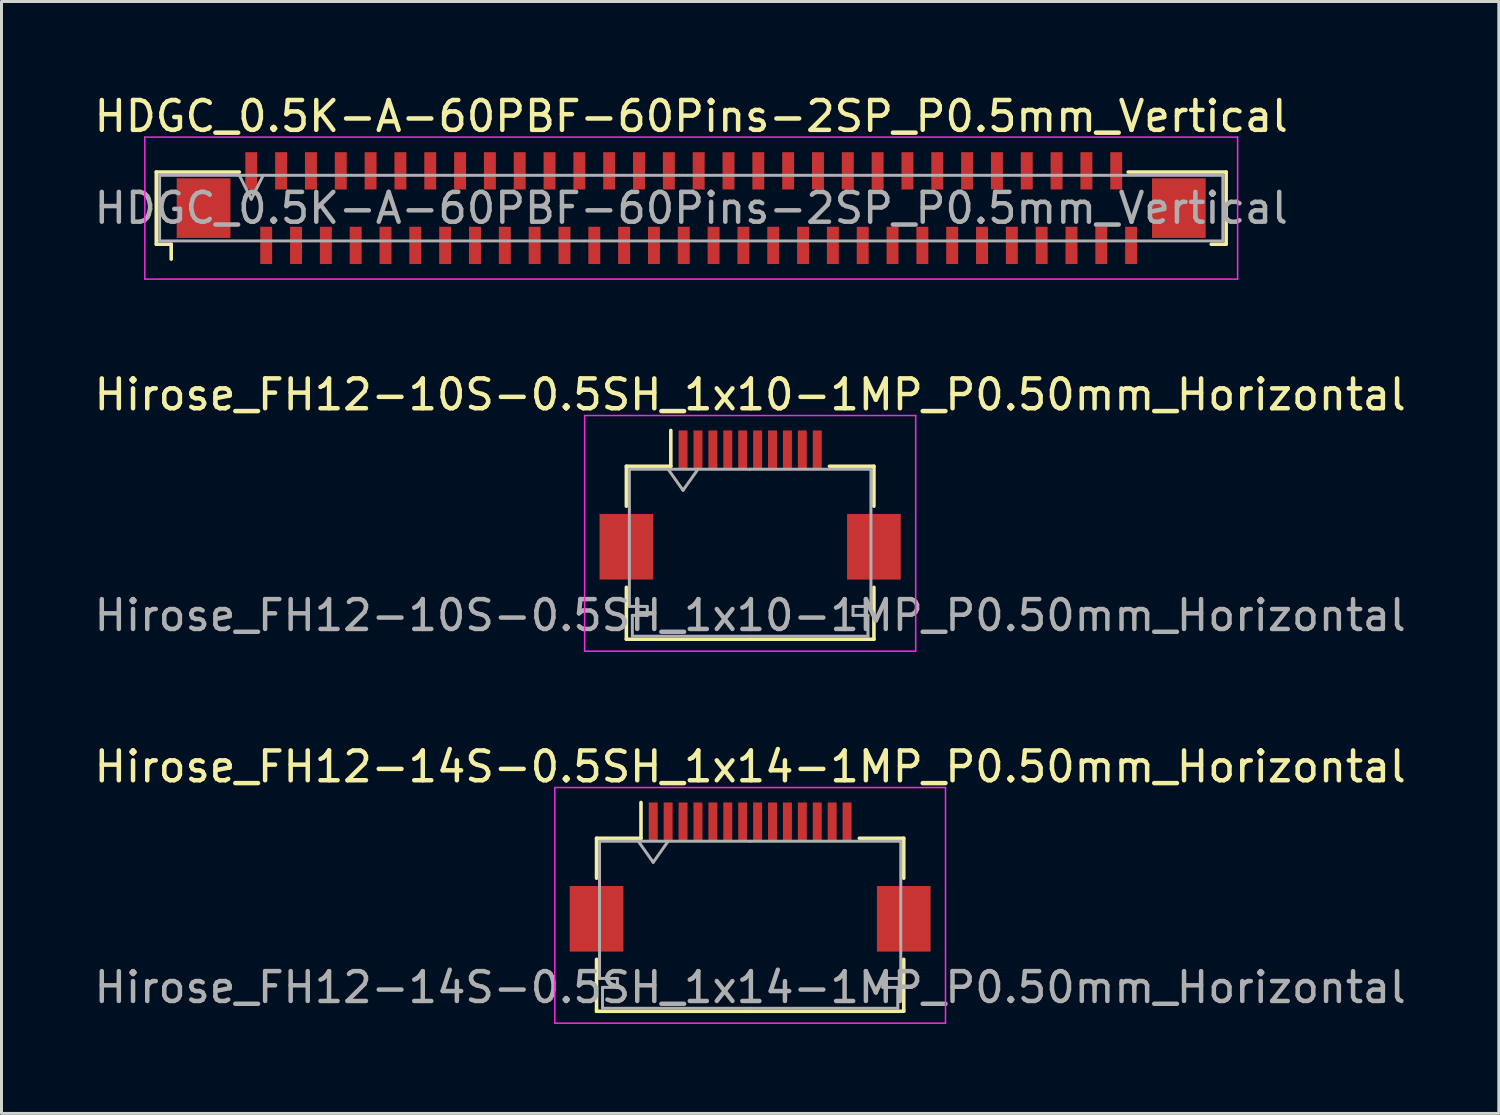
<source format=kicad_pcb>
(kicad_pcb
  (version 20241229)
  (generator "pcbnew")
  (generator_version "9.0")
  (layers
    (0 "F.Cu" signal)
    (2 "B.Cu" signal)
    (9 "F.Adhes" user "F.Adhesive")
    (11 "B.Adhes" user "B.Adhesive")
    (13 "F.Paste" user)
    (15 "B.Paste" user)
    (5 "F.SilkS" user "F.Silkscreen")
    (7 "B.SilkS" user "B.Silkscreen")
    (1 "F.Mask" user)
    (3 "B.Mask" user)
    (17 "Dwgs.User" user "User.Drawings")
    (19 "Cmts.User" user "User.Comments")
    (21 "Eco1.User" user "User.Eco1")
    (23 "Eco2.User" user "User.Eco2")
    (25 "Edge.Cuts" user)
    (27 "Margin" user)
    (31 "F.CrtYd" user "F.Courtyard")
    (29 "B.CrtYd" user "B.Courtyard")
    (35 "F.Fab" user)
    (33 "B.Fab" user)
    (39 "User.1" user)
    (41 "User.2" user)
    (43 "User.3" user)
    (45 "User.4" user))
  (footprint "Hirose_FH12-10S-0.5SH_1x10-1MP_P0.50mm_Horizontal"
    (layer "F.Cu")
    (at 22.101 13.882)
    (property "Reference" "Hirose_FH12-10S-0.5SH_1x10-1MP_P0.50mm_Horizontal" (at 0 -3.7 0) (layer "F.SilkS") (effects (font (size 1 1) (thickness 0.15))))
    (attr smd)
    (fp_line (start -4.15 -1.3) (end -4.15 0.04) (stroke (width 0.12) (type solid)) (layer "F.SilkS"))
    (fp_line (start -4.15 2.76) (end -4.15 4.5) (stroke (width 0.12) (type solid)) (layer "F.SilkS"))
    (fp_line (start -4.15 4.5) (end 4.15 4.5) (stroke (width 0.12) (type solid)) (layer "F.SilkS"))
    (fp_line (start -2.66 -1.3) (end -4.15 -1.3) (stroke (width 0.12) (type solid)) (layer "F.SilkS"))
    (fp_line (start -2.66 -1.3) (end -2.66 -2.5) (stroke (width 0.12) (type solid)) (layer "F.SilkS"))
    (fp_line (start 2.66 -1.3) (end 4.15 -1.3) (stroke (width 0.12) (type solid)) (layer "F.SilkS"))
    (fp_line (start 4.15 -1.3) (end 4.15 0.04) (stroke (width 0.12) (type solid)) (layer "F.SilkS"))
    (fp_line (start 4.15 4.5) (end 4.15 2.76) (stroke (width 0.12) (type solid)) (layer "F.SilkS"))
    (fp_line (start -5.55 -3) (end -5.55 4.9) (stroke (width 0.05) (type solid)) (layer "F.CrtYd"))
    (fp_line (start -5.55 4.9) (end 5.55 4.9) (stroke (width 0.05) (type solid)) (layer "F.CrtYd"))
    (fp_line (start 5.55 -3) (end -5.55 -3) (stroke (width 0.05) (type solid)) (layer "F.CrtYd"))
    (fp_line (start 5.55 4.9) (end 5.55 -3) (stroke (width 0.05) (type solid)) (layer "F.CrtYd"))
    (fp_line (start -4.05 -1.2) (end -4.05 3.4) (stroke (width 0.1) (type solid)) (layer "F.Fab"))
    (fp_line (start -4.05 3.4) (end -3.45 3.4) (stroke (width 0.1) (type solid)) (layer "F.Fab"))
    (fp_line (start -3.95 3.7) (end -3.95 4.4) (stroke (width 0.1) (type solid)) (layer "F.Fab"))
    (fp_line (start -3.95 4.4) (end 0 4.4) (stroke (width 0.1) (type solid)) (layer "F.Fab"))
    (fp_line (start -3.45 3.4) (end -3.45 3.7) (stroke (width 0.1) (type solid)) (layer "F.Fab"))
    (fp_line (start -3.45 3.7) (end -3.95 3.7) (stroke (width 0.1) (type solid)) (layer "F.Fab"))
    (fp_line (start -2.75 -1.2) (end -2.25 -0.493) (stroke (width 0.1) (type solid)) (layer "F.Fab"))
    (fp_line (start -2.25 -0.493) (end -1.75 -1.2) (stroke (width 0.1) (type solid)) (layer "F.Fab"))
    (fp_line (start 0 -1.2) (end -4.05 -1.2) (stroke (width 0.1) (type solid)) (layer "F.Fab"))
    (fp_line (start 0 -1.2) (end 4.05 -1.2) (stroke (width 0.1) (type solid)) (layer "F.Fab"))
    (fp_line (start 3.45 3.4) (end 3.45 3.7) (stroke (width 0.1) (type solid)) (layer "F.Fab"))
    (fp_line (start 3.45 3.7) (end 3.95 3.7) (stroke (width 0.1) (type solid)) (layer "F.Fab"))
    (fp_line (start 3.95 3.7) (end 3.95 4.4) (stroke (width 0.1) (type solid)) (layer "F.Fab"))
    (fp_line (start 3.95 4.4) (end 0 4.4) (stroke (width 0.1) (type solid)) (layer "F.Fab"))
    (fp_line (start 4.05 -1.2) (end 4.05 3.4) (stroke (width 0.1) (type solid)) (layer "F.Fab"))
    (fp_line (start 4.05 3.4) (end 3.45 3.4) (stroke (width 0.1) (type solid)) (layer "F.Fab"))
    (fp_text user "${REFERENCE}" (at 0 3.7 0) (layer "F.Fab") (effects (font (size 1 1) (thickness 0.15))))
    (pad "1" smd rect (at -2.25 -1.85) (size 0.3 1.3) (layers "F.Cu" "F.Mask" "F.Paste"))
    (pad "2" smd rect (at -1.75 -1.85) (size 0.3 1.3) (layers "F.Cu" "F.Mask" "F.Paste"))
    (pad "3" smd rect (at -1.25 -1.85) (size 0.3 1.3) (layers "F.Cu" "F.Mask" "F.Paste"))
    (pad "4" smd rect (at -0.75 -1.85) (size 0.3 1.3) (layers "F.Cu" "F.Mask" "F.Paste"))
    (pad "5" smd rect (at -0.25 -1.85) (size 0.3 1.3) (layers "F.Cu" "F.Mask" "F.Paste"))
    (pad "6" smd rect (at 0.25 -1.85) (size 0.3 1.3) (layers "F.Cu" "F.Mask" "F.Paste"))
    (pad "7" smd rect (at 0.75 -1.85) (size 0.3 1.3) (layers "F.Cu" "F.Mask" "F.Paste"))
    (pad "8" smd rect (at 1.25 -1.85) (size 0.3 1.3) (layers "F.Cu" "F.Mask" "F.Paste"))
    (pad "9" smd rect (at 1.75 -1.85) (size 0.3 1.3) (layers "F.Cu" "F.Mask" "F.Paste"))
    (pad "10" smd rect (at 2.25 -1.85) (size 0.3 1.3) (layers "F.Cu" "F.Mask" "F.Paste"))
    (pad "MP" smd rect (at -4.15 1.4) (size 1.8 2.2) (layers "F.Cu" "F.Mask" "F.Paste"))
    (pad "MP" smd rect (at 4.15 1.4) (size 1.8 2.2) (layers "F.Cu" "F.Mask" "F.Paste")))
  (footprint "Hirose_FH12-14S-0.5SH_1x14-1MP_P0.50mm_Horizontal"
    (layer "F.Cu")
    (at 22.101 26.355)
    (property "Reference" "Hirose_FH12-14S-0.5SH_1x14-1MP_P0.50mm_Horizontal" (at 0 -3.7 0) (layer "F.SilkS") (effects (font (size 1 1) (thickness 0.15))))
    (attr smd)
    (fp_line (start -5.15 -1.3) (end -5.15 0.04) (stroke (width 0.12) (type solid)) (layer "F.SilkS"))
    (fp_line (start -5.15 2.76) (end -5.15 4.5) (stroke (width 0.12) (type solid)) (layer "F.SilkS"))
    (fp_line (start -5.15 4.5) (end 5.15 4.5) (stroke (width 0.12) (type solid)) (layer "F.SilkS"))
    (fp_line (start -3.66 -1.3) (end -5.15 -1.3) (stroke (width 0.12) (type solid)) (layer "F.SilkS"))
    (fp_line (start -3.66 -1.3) (end -3.66 -2.5) (stroke (width 0.12) (type solid)) (layer "F.SilkS"))
    (fp_line (start 3.66 -1.3) (end 5.15 -1.3) (stroke (width 0.12) (type solid)) (layer "F.SilkS"))
    (fp_line (start 5.15 -1.3) (end 5.15 0.04) (stroke (width 0.12) (type solid)) (layer "F.SilkS"))
    (fp_line (start 5.15 4.5) (end 5.15 2.76) (stroke (width 0.12) (type solid)) (layer "F.SilkS"))
    (fp_line (start -6.55 -3) (end -6.55 4.9) (stroke (width 0.05) (type solid)) (layer "F.CrtYd"))
    (fp_line (start -6.55 4.9) (end 6.55 4.9) (stroke (width 0.05) (type solid)) (layer "F.CrtYd"))
    (fp_line (start 6.55 -3) (end -6.55 -3) (stroke (width 0.05) (type solid)) (layer "F.CrtYd"))
    (fp_line (start 6.55 4.9) (end 6.55 -3) (stroke (width 0.05) (type solid)) (layer "F.CrtYd"))
    (fp_line (start -5.05 -1.2) (end -5.05 3.4) (stroke (width 0.1) (type solid)) (layer "F.Fab"))
    (fp_line (start -5.05 3.4) (end -4.45 3.4) (stroke (width 0.1) (type solid)) (layer "F.Fab"))
    (fp_line (start -4.95 3.7) (end -4.95 4.4) (stroke (width 0.1) (type solid)) (layer "F.Fab"))
    (fp_line (start -4.95 4.4) (end 0 4.4) (stroke (width 0.1) (type solid)) (layer "F.Fab"))
    (fp_line (start -4.45 3.4) (end -4.45 3.7) (stroke (width 0.1) (type solid)) (layer "F.Fab"))
    (fp_line (start -4.45 3.7) (end -4.95 3.7) (stroke (width 0.1) (type solid)) (layer "F.Fab"))
    (fp_line (start -3.75 -1.2) (end -3.25 -0.493) (stroke (width 0.1) (type solid)) (layer "F.Fab"))
    (fp_line (start -3.25 -0.493) (end -2.75 -1.2) (stroke (width 0.1) (type solid)) (layer "F.Fab"))
    (fp_line (start 0 -1.2) (end -5.05 -1.2) (stroke (width 0.1) (type solid)) (layer "F.Fab"))
    (fp_line (start 0 -1.2) (end 5.05 -1.2) (stroke (width 0.1) (type solid)) (layer "F.Fab"))
    (fp_line (start 4.45 3.4) (end 4.45 3.7) (stroke (width 0.1) (type solid)) (layer "F.Fab"))
    (fp_line (start 4.45 3.7) (end 4.95 3.7) (stroke (width 0.1) (type solid)) (layer "F.Fab"))
    (fp_line (start 4.95 3.7) (end 4.95 4.4) (stroke (width 0.1) (type solid)) (layer "F.Fab"))
    (fp_line (start 4.95 4.4) (end 0 4.4) (stroke (width 0.1) (type solid)) (layer "F.Fab"))
    (fp_line (start 5.05 -1.2) (end 5.05 3.4) (stroke (width 0.1) (type solid)) (layer "F.Fab"))
    (fp_line (start 5.05 3.4) (end 4.45 3.4) (stroke (width 0.1) (type solid)) (layer "F.Fab"))
    (fp_text user "${REFERENCE}" (at 0 3.7 0) (layer "F.Fab") (effects (font (size 1 1) (thickness 0.15))))
    (pad "1" smd rect (at -3.25 -1.85) (size 0.3 1.3) (layers "F.Cu" "F.Mask" "F.Paste"))
    (pad "2" smd rect (at -2.75 -1.85) (size 0.3 1.3) (layers "F.Cu" "F.Mask" "F.Paste"))
    (pad "3" smd rect (at -2.25 -1.85) (size 0.3 1.3) (layers "F.Cu" "F.Mask" "F.Paste"))
    (pad "4" smd rect (at -1.75 -1.85) (size 0.3 1.3) (layers "F.Cu" "F.Mask" "F.Paste"))
    (pad "5" smd rect (at -1.25 -1.85) (size 0.3 1.3) (layers "F.Cu" "F.Mask" "F.Paste"))
    (pad "6" smd rect (at -0.75 -1.85) (size 0.3 1.3) (layers "F.Cu" "F.Mask" "F.Paste"))
    (pad "7" smd rect (at -0.25 -1.85) (size 0.3 1.3) (layers "F.Cu" "F.Mask" "F.Paste"))
    (pad "8" smd rect (at 0.25 -1.85) (size 0.3 1.3) (layers "F.Cu" "F.Mask" "F.Paste"))
    (pad "9" smd rect (at 0.75 -1.85) (size 0.3 1.3) (layers "F.Cu" "F.Mask" "F.Paste"))
    (pad "10" smd rect (at 1.25 -1.85) (size 0.3 1.3) (layers "F.Cu" "F.Mask" "F.Paste"))
    (pad "11" smd rect (at 1.75 -1.85) (size 0.3 1.3) (layers "F.Cu" "F.Mask" "F.Paste"))
    (pad "12" smd rect (at 2.25 -1.85) (size 0.3 1.3) (layers "F.Cu" "F.Mask" "F.Paste"))
    (pad "13" smd rect (at 2.75 -1.85) (size 0.3 1.3) (layers "F.Cu" "F.Mask" "F.Paste"))
    (pad "14" smd rect (at 3.25 -1.85) (size 0.3 1.3) (layers "F.Cu" "F.Mask" "F.Paste"))
    (pad "MP" smd rect (at -5.15 1.4) (size 1.8 2.2) (layers "F.Cu" "F.Mask" "F.Paste"))
    (pad "MP" smd rect (at 5.15 1.4) (size 1.8 2.2) (layers "F.Cu" "F.Mask" "F.Paste")))
  (footprint "HDGC_0.5K-A-60PBF-60Pins-2SP_P0.5mm_Vertical"
    (layer "F.Cu")
    (at 20.125 3.928)
    (property "Reference" "HDGC_0.5K-A-60PBF-60Pins-2SP_P0.5mm_Vertical" (at 0 -3.08 0) (layer "F.SilkS") (effects (font (size 1 1) (thickness 0.15))))
    (attr smd)
    (fp_line (start -17.935 -1.21) (end -15.15 -1.21) (stroke (width 0.12) (type solid)) (layer "F.SilkS"))
    (fp_line (start -17.935 1.21) (end -17.935 -1.21) (stroke (width 0.12) (type solid)) (layer "F.SilkS"))
    (fp_line (start -17.435 1.21) (end -17.935 1.21) (stroke (width 0.12) (type solid)) (layer "F.SilkS"))
    (fp_line (start -17.435 1.71) (end -17.435 1.21) (stroke (width 0.12) (type solid)) (layer "F.SilkS"))
    (fp_line (start 17.435 1.21) (end 17.935 1.21) (stroke (width 0.12) (type solid)) (layer "F.SilkS"))
    (fp_line (start 17.935 -1.21) (end 14.65 -1.21) (stroke (width 0.12) (type solid)) (layer "F.SilkS"))
    (fp_line (start 17.935 1.21) (end 17.935 -1.21) (stroke (width 0.12) (type solid)) (layer "F.SilkS"))
    (fp_line (start -18.32 -2.38) (end 18.32 -2.38) (stroke (width 0.05) (type solid)) (layer "F.CrtYd"))
    (fp_line (start -18.32 2.38) (end -18.32 -2.38) (stroke (width 0.05) (type solid)) (layer "F.CrtYd"))
    (fp_line (start 18.32 -2.38) (end 18.32 2.38) (stroke (width 0.05) (type solid)) (layer "F.CrtYd"))
    (fp_line (start 18.32 2.38) (end -18.32 2.38) (stroke (width 0.05) (type solid)) (layer "F.CrtYd"))
    (fp_line (start -17.825 -1.1) (end -17.825 1.1) (stroke (width 0.1) (type solid)) (layer "F.Fab"))
    (fp_line (start -17.825 1.1) (end 17.825 1.1) (stroke (width 0.1) (type solid)) (layer "F.Fab"))
    (fp_line (start -15.15 -1.1) (end -14.75 -0.3) (stroke (width 0.1) (type solid)) (layer "F.Fab"))
    (fp_line (start -14.75 -0.3) (end -14.35 -1.1) (stroke (width 0.1) (type solid)) (layer "F.Fab"))
    (fp_line (start 17.825 -1.1) (end -17.825 -1.1) (stroke (width 0.1) (type solid)) (layer "F.Fab"))
    (fp_line (start 17.825 1.1) (end 17.825 -1.1) (stroke (width 0.1) (type solid)) (layer "F.Fab"))
    (fp_text user "${REFERENCE}" (at 0 0 0) (layer "F.Fab") (effects (font (size 1 1) (thickness 0.15))))
    (pad "1" smd rect (at -14.75 -1.25) (size 0.4 1.25) (layers "F.Cu" "F.Mask" "F.Paste"))
    (pad "2" smd rect (at -14.25 1.25) (size 0.4 1.25) (layers "F.Cu" "F.Mask" "F.Paste"))
    (pad "3" smd rect (at -13.75 -1.25) (size 0.4 1.25) (layers "F.Cu" "F.Mask" "F.Paste"))
    (pad "4" smd rect (at -13.25 1.25) (size 0.4 1.25) (layers "F.Cu" "F.Mask" "F.Paste"))
    (pad "5" smd rect (at -12.75 -1.25) (size 0.4 1.25) (layers "F.Cu" "F.Mask" "F.Paste"))
    (pad "6" smd rect (at -12.25 1.25) (size 0.4 1.25) (layers "F.Cu" "F.Mask" "F.Paste"))
    (pad "7" smd rect (at -11.75 -1.25) (size 0.4 1.25) (layers "F.Cu" "F.Mask" "F.Paste"))
    (pad "8" smd rect (at -11.25 1.25) (size 0.4 1.25) (layers "F.Cu" "F.Mask" "F.Paste"))
    (pad "9" smd rect (at -10.75 -1.25) (size 0.4 1.25) (layers "F.Cu" "F.Mask" "F.Paste"))
    (pad "10" smd rect (at -10.25 1.25) (size 0.4 1.25) (layers "F.Cu" "F.Mask" "F.Paste"))
    (pad "11" smd rect (at -9.75 -1.25) (size 0.4 1.25) (layers "F.Cu" "F.Mask" "F.Paste"))
    (pad "12" smd rect (at -9.25 1.25) (size 0.4 1.25) (layers "F.Cu" "F.Mask" "F.Paste"))
    (pad "13" smd rect (at -8.75 -1.25) (size 0.4 1.25) (layers "F.Cu" "F.Mask" "F.Paste"))
    (pad "14" smd rect (at -8.25 1.25) (size 0.4 1.25) (layers "F.Cu" "F.Mask" "F.Paste"))
    (pad "15" smd rect (at -7.75 -1.25) (size 0.4 1.25) (layers "F.Cu" "F.Mask" "F.Paste"))
    (pad "16" smd rect (at -7.25 1.25) (size 0.4 1.25) (layers "F.Cu" "F.Mask" "F.Paste"))
    (pad "17" smd rect (at -6.75 -1.25) (size 0.4 1.25) (layers "F.Cu" "F.Mask" "F.Paste"))
    (pad "18" smd rect (at -6.25 1.25) (size 0.4 1.25) (layers "F.Cu" "F.Mask" "F.Paste"))
    (pad "19" smd rect (at -5.75 -1.25) (size 0.4 1.25) (layers "F.Cu" "F.Mask" "F.Paste"))
    (pad "20" smd rect (at -5.25 1.25) (size 0.4 1.25) (layers "F.Cu" "F.Mask" "F.Paste"))
    (pad "21" smd rect (at -4.75 -1.25) (size 0.4 1.25) (layers "F.Cu" "F.Mask" "F.Paste"))
    (pad "22" smd rect (at -4.25 1.25) (size 0.4 1.25) (layers "F.Cu" "F.Mask" "F.Paste"))
    (pad "23" smd rect (at -3.75 -1.25) (size 0.4 1.25) (layers "F.Cu" "F.Mask" "F.Paste"))
    (pad "24" smd rect (at -3.25 1.25) (size 0.4 1.25) (layers "F.Cu" "F.Mask" "F.Paste"))
    (pad "25" smd rect (at -2.75 -1.25) (size 0.4 1.25) (layers "F.Cu" "F.Mask" "F.Paste"))
    (pad "26" smd rect (at -2.25 1.25) (size 0.4 1.25) (layers "F.Cu" "F.Mask" "F.Paste"))
    (pad "27" smd rect (at -1.75 -1.25) (size 0.4 1.25) (layers "F.Cu" "F.Mask" "F.Paste"))
    (pad "28" smd rect (at -1.25 1.25) (size 0.4 1.25) (layers "F.Cu" "F.Mask" "F.Paste"))
    (pad "29" smd rect (at -0.75 -1.25) (size 0.4 1.25) (layers "F.Cu" "F.Mask" "F.Paste"))
    (pad "30" smd rect (at -0.25 1.25) (size 0.4 1.25) (layers "F.Cu" "F.Mask" "F.Paste"))
    (pad "31" smd rect (at 0.25 -1.25) (size 0.4 1.25) (layers "F.Cu" "F.Mask" "F.Paste"))
    (pad "32" smd rect (at 0.75 1.25) (size 0.4 1.25) (layers "F.Cu" "F.Mask" "F.Paste"))
    (pad "33" smd rect (at 1.25 -1.25) (size 0.4 1.25) (layers "F.Cu" "F.Mask" "F.Paste"))
    (pad "34" smd rect (at 1.75 1.25) (size 0.4 1.25) (layers "F.Cu" "F.Mask" "F.Paste"))
    (pad "35" smd rect (at 2.25 -1.25) (size 0.4 1.25) (layers "F.Cu" "F.Mask" "F.Paste"))
    (pad "36" smd rect (at 2.75 1.25) (size 0.4 1.25) (layers "F.Cu" "F.Mask" "F.Paste"))
    (pad "37" smd rect (at 3.25 -1.25) (size 0.4 1.25) (layers "F.Cu" "F.Mask" "F.Paste"))
    (pad "38" smd rect (at 3.75 1.25) (size 0.4 1.25) (layers "F.Cu" "F.Mask" "F.Paste"))
    (pad "39" smd rect (at 4.25 -1.25) (size 0.4 1.25) (layers "F.Cu" "F.Mask" "F.Paste"))
    (pad "40" smd rect (at 4.75 1.25) (size 0.4 1.25) (layers "F.Cu" "F.Mask" "F.Paste"))
    (pad "41" smd rect (at 5.25 -1.25) (size 0.4 1.25) (layers "F.Cu" "F.Mask" "F.Paste"))
    (pad "42" smd rect (at 5.75 1.25) (size 0.4 1.25) (layers "F.Cu" "F.Mask" "F.Paste"))
    (pad "43" smd rect (at 6.25 -1.25) (size 0.4 1.25) (layers "F.Cu" "F.Mask" "F.Paste"))
    (pad "44" smd rect (at 6.75 1.25) (size 0.4 1.25) (layers "F.Cu" "F.Mask" "F.Paste"))
    (pad "45" smd rect (at 7.25 -1.25) (size 0.4 1.25) (layers "F.Cu" "F.Mask" "F.Paste"))
    (pad "46" smd rect (at 7.75 1.25) (size 0.4 1.25) (layers "F.Cu" "F.Mask" "F.Paste"))
    (pad "47" smd rect (at 8.25 -1.25) (size 0.4 1.25) (layers "F.Cu" "F.Mask" "F.Paste"))
    (pad "48" smd rect (at 8.75 1.25) (size 0.4 1.25) (layers "F.Cu" "F.Mask" "F.Paste"))
    (pad "49" smd rect (at 9.25 -1.25) (size 0.4 1.25) (layers "F.Cu" "F.Mask" "F.Paste"))
    (pad "50" smd rect (at 9.75 1.25) (size 0.4 1.25) (layers "F.Cu" "F.Mask" "F.Paste"))
    (pad "51" smd rect (at 10.25 -1.25) (size 0.4 1.25) (layers "F.Cu" "F.Mask" "F.Paste"))
    (pad "52" smd rect (at 10.75 1.25) (size 0.4 1.25) (layers "F.Cu" "F.Mask" "F.Paste"))
    (pad "53" smd rect (at 11.25 -1.25) (size 0.4 1.25) (layers "F.Cu" "F.Mask" "F.Paste"))
    (pad "54" smd rect (at 11.75 1.25) (size 0.4 1.25) (layers "F.Cu" "F.Mask" "F.Paste"))
    (pad "55" smd rect (at 12.25 -1.25) (size 0.4 1.25) (layers "F.Cu" "F.Mask" "F.Paste"))
    (pad "56" smd rect (at 12.75 1.25) (size 0.4 1.25) (layers "F.Cu" "F.Mask" "F.Paste"))
    (pad "57" smd rect (at 13.25 -1.25) (size 0.4 1.25) (layers "F.Cu" "F.Mask" "F.Paste"))
    (pad "58" smd rect (at 13.75 1.25) (size 0.4 1.25) (layers "F.Cu" "F.Mask" "F.Paste"))
    (pad "59" smd rect (at 14.25 -1.25) (size 0.4 1.25) (layers "F.Cu" "F.Mask" "F.Paste"))
    (pad "60" smd rect (at 14.75 1.25) (size 0.4 1.25) (layers "F.Cu" "F.Mask" "F.Paste"))
    (pad "MP" smd rect (at -16.35 0) (size 1.8 2) (layers "F.Cu" "F.Mask" "F.Paste"))
    (pad "MP" smd rect (at 16.35 0) (size 1.8 2) (layers "F.Cu" "F.Mask" "F.Paste")))
  (gr_rect
    (start -3 -3)
    (end 47.202 34.28)
    (stroke (width 0.1) (type default))
    (fill no)
    (layer "Edge.Cuts")))
</source>
